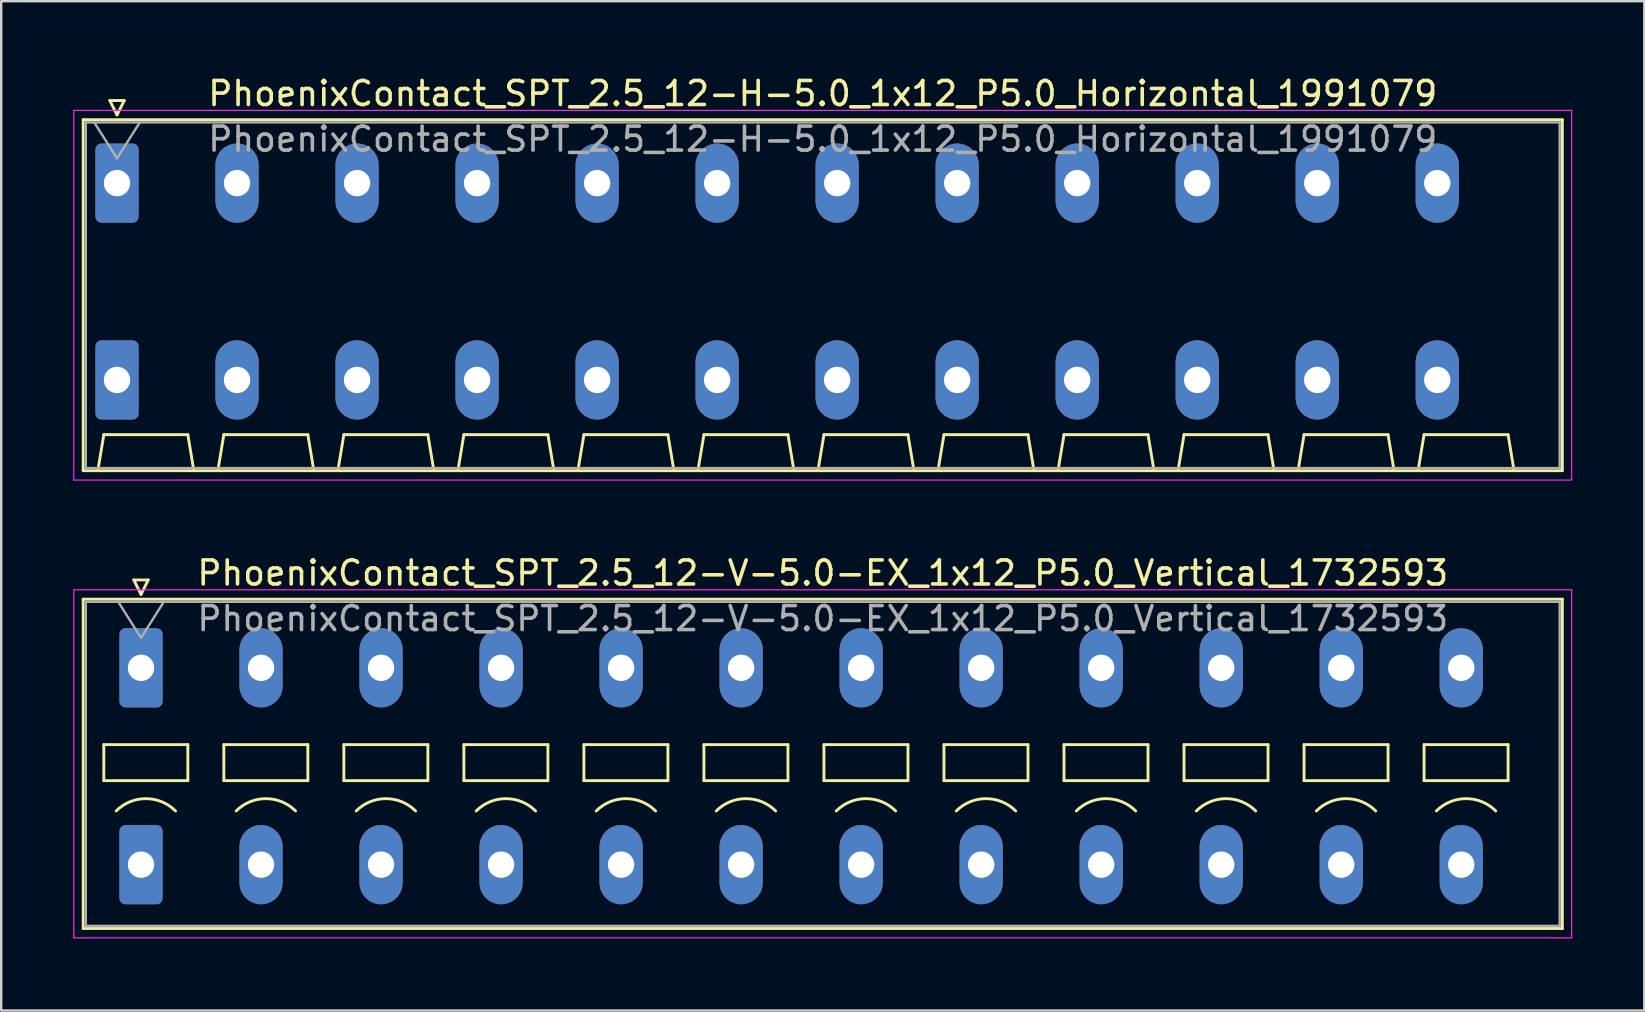
<source format=kicad_pcb>
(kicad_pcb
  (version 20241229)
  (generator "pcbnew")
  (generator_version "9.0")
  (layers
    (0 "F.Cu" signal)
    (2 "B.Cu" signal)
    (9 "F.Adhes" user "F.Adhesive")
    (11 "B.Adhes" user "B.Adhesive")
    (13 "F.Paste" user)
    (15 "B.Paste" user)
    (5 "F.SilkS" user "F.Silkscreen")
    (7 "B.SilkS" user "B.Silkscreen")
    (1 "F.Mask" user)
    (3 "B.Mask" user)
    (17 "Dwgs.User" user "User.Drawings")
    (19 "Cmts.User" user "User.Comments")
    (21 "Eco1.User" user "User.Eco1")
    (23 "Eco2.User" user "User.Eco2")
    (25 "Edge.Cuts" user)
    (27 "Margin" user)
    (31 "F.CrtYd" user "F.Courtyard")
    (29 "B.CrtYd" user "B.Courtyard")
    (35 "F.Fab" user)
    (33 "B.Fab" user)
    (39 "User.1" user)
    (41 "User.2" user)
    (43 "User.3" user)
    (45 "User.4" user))
  (footprint "PhoenixContact_SPT_2.5_12-H-5.0_1x12_P5.0_Horizontal_1991079"
    (layer "F.Cu")
    (at 1.825 4.578)
    (property "Reference" "PhoenixContact_SPT_2.5_12-H-5.0_1x12_P5.0_Horizontal_1991079" (at 29.4 -3.73 0) (layer "F.SilkS") (effects (font (size 1 1) (thickness 0.15))))
    (attr through_hole)
    (fp_line (start -1.41 -2.64) (end 60.21 -2.64) (stroke (width 0.12) (type solid)) (layer "F.SilkS"))
    (fp_line (start -1.41 11.98) (end -1.41 -2.64) (stroke (width 0.12) (type solid)) (layer "F.SilkS"))
    (fp_line (start -0.8 11.98) (end -0.55 10.48) (stroke (width 0.12) (type solid)) (layer "F.SilkS"))
    (fp_line (start -0.55 10.48) (end 2.95 10.48) (stroke (width 0.12) (type solid)) (layer "F.SilkS"))
    (fp_line (start -0.3 -3.44) (end 0 -2.84) (stroke (width 0.12) (type solid)) (layer "F.SilkS"))
    (fp_line (start -0.3 -3.44) (end 0.3 -3.44) (stroke (width 0.12) (type solid)) (layer "F.SilkS"))
    (fp_line (start 0.3 -3.44) (end 0 -2.84) (stroke (width 0.12) (type solid)) (layer "F.SilkS"))
    (fp_line (start 3.2 11.98) (end 2.95 10.48) (stroke (width 0.12) (type solid)) (layer "F.SilkS"))
    (fp_line (start 4.2 11.98) (end 4.45 10.48) (stroke (width 0.12) (type solid)) (layer "F.SilkS"))
    (fp_line (start 4.45 10.48) (end 7.95 10.48) (stroke (width 0.12) (type solid)) (layer "F.SilkS"))
    (fp_line (start 8.2 11.98) (end 7.95 10.48) (stroke (width 0.12) (type solid)) (layer "F.SilkS"))
    (fp_line (start 9.2 11.98) (end 9.45 10.48) (stroke (width 0.12) (type solid)) (layer "F.SilkS"))
    (fp_line (start 9.45 10.48) (end 12.95 10.48) (stroke (width 0.12) (type solid)) (layer "F.SilkS"))
    (fp_line (start 13.2 11.98) (end 12.95 10.48) (stroke (width 0.12) (type solid)) (layer "F.SilkS"))
    (fp_line (start 14.2 11.98) (end 14.45 10.48) (stroke (width 0.12) (type solid)) (layer "F.SilkS"))
    (fp_line (start 14.45 10.48) (end 17.95 10.48) (stroke (width 0.12) (type solid)) (layer "F.SilkS"))
    (fp_line (start 18.2 11.98) (end 17.95 10.48) (stroke (width 0.12) (type solid)) (layer "F.SilkS"))
    (fp_line (start 19.2 11.98) (end 19.45 10.48) (stroke (width 0.12) (type solid)) (layer "F.SilkS"))
    (fp_line (start 19.45 10.48) (end 22.95 10.48) (stroke (width 0.12) (type solid)) (layer "F.SilkS"))
    (fp_line (start 23.2 11.98) (end 22.95 10.48) (stroke (width 0.12) (type solid)) (layer "F.SilkS"))
    (fp_line (start 24.2 11.98) (end 24.45 10.48) (stroke (width 0.12) (type solid)) (layer "F.SilkS"))
    (fp_line (start 24.45 10.48) (end 27.95 10.48) (stroke (width 0.12) (type solid)) (layer "F.SilkS"))
    (fp_line (start 28.2 11.98) (end 27.95 10.48) (stroke (width 0.12) (type solid)) (layer "F.SilkS"))
    (fp_line (start 29.2 11.98) (end 29.45 10.48) (stroke (width 0.12) (type solid)) (layer "F.SilkS"))
    (fp_line (start 29.45 10.48) (end 32.95 10.48) (stroke (width 0.12) (type solid)) (layer "F.SilkS"))
    (fp_line (start 33.2 11.98) (end 32.95 10.48) (stroke (width 0.12) (type solid)) (layer "F.SilkS"))
    (fp_line (start 34.2 11.98) (end 34.45 10.48) (stroke (width 0.12) (type solid)) (layer "F.SilkS"))
    (fp_line (start 34.45 10.48) (end 37.95 10.48) (stroke (width 0.12) (type solid)) (layer "F.SilkS"))
    (fp_line (start 38.2 11.98) (end 37.95 10.48) (stroke (width 0.12) (type solid)) (layer "F.SilkS"))
    (fp_line (start 39.2 11.98) (end 39.45 10.48) (stroke (width 0.12) (type solid)) (layer "F.SilkS"))
    (fp_line (start 39.45 10.48) (end 42.95 10.48) (stroke (width 0.12) (type solid)) (layer "F.SilkS"))
    (fp_line (start 43.2 11.98) (end 42.95 10.48) (stroke (width 0.12) (type solid)) (layer "F.SilkS"))
    (fp_line (start 44.2 11.98) (end 44.45 10.48) (stroke (width 0.12) (type solid)) (layer "F.SilkS"))
    (fp_line (start 44.45 10.48) (end 47.95 10.48) (stroke (width 0.12) (type solid)) (layer "F.SilkS"))
    (fp_line (start 48.2 11.98) (end 47.95 10.48) (stroke (width 0.12) (type solid)) (layer "F.SilkS"))
    (fp_line (start 49.2 11.98) (end 49.45 10.48) (stroke (width 0.12) (type solid)) (layer "F.SilkS"))
    (fp_line (start 49.45 10.48) (end 52.95 10.48) (stroke (width 0.12) (type solid)) (layer "F.SilkS"))
    (fp_line (start 53.2 11.98) (end 52.95 10.48) (stroke (width 0.12) (type solid)) (layer "F.SilkS"))
    (fp_line (start 54.2 11.98) (end 54.45 10.48) (stroke (width 0.12) (type solid)) (layer "F.SilkS"))
    (fp_line (start 54.45 10.48) (end 57.95 10.48) (stroke (width 0.12) (type solid)) (layer "F.SilkS"))
    (fp_line (start 58.2 11.98) (end 57.95 10.48) (stroke (width 0.12) (type solid)) (layer "F.SilkS"))
    (fp_line (start 60.21 -2.64) (end 60.21 11.98) (stroke (width 0.12) (type solid)) (layer "F.SilkS"))
    (fp_line (start 60.21 11.98) (end -1.41 11.98) (stroke (width 0.12) (type solid)) (layer "F.SilkS"))
    (fp_line (start -1.8 -3.03) (end -1.8 12.37) (stroke (width 0.05) (type solid)) (layer "F.CrtYd"))
    (fp_line (start -1.8 12.37) (end 60.6 12.37) (stroke (width 0.05) (type solid)) (layer "F.CrtYd"))
    (fp_line (start 60.6 -3.03) (end -1.8 -3.03) (stroke (width 0.05) (type solid)) (layer "F.CrtYd"))
    (fp_line (start 60.6 12.37) (end 60.6 -3.03) (stroke (width 0.05) (type solid)) (layer "F.CrtYd"))
    (fp_line (start -1.3 -2.53) (end -1.3 11.87) (stroke (width 0.1) (type solid)) (layer "F.Fab"))
    (fp_line (start -1.3 11.87) (end 60.1 11.87) (stroke (width 0.1) (type solid)) (layer "F.Fab"))
    (fp_line (start -0.95 -2.53) (end 0 -1.03) (stroke (width 0.1) (type solid)) (layer "F.Fab"))
    (fp_line (start 0.95 -2.53) (end 0 -1.03) (stroke (width 0.1) (type solid)) (layer "F.Fab"))
    (fp_line (start 60.1 -2.53) (end -1.3 -2.53) (stroke (width 0.1) (type solid)) (layer "F.Fab"))
    (fp_line (start 60.1 11.87) (end 60.1 -2.53) (stroke (width 0.1) (type solid)) (layer "F.Fab"))
    (fp_text user "${REFERENCE}" (at 29.4 -1.83 0) (layer "F.Fab") (effects (font (size 1 1) (thickness 0.15))))
    (pad "1" thru_hole roundrect (at 0 0) (size 1.8 3.3) (drill 1.1) (layers "*.Cu" "*.Mask") (roundrect_rratio 0.139))
    (pad "1" thru_hole roundrect (at 0 8.2) (size 1.8 3.3) (drill 1.1) (layers "*.Cu" "*.Mask") (roundrect_rratio 0.139))
    (pad "2" thru_hole oval (at 5 0) (size 1.8 3.3) (drill 1.1) (layers "*.Cu" "*.Mask"))
    (pad "2" thru_hole oval (at 5 8.2) (size 1.8 3.3) (drill 1.1) (layers "*.Cu" "*.Mask"))
    (pad "3" thru_hole oval (at 10 0) (size 1.8 3.3) (drill 1.1) (layers "*.Cu" "*.Mask"))
    (pad "3" thru_hole oval (at 10 8.2) (size 1.8 3.3) (drill 1.1) (layers "*.Cu" "*.Mask"))
    (pad "4" thru_hole oval (at 15 0) (size 1.8 3.3) (drill 1.1) (layers "*.Cu" "*.Mask"))
    (pad "4" thru_hole oval (at 15 8.2) (size 1.8 3.3) (drill 1.1) (layers "*.Cu" "*.Mask"))
    (pad "5" thru_hole oval (at 20 0) (size 1.8 3.3) (drill 1.1) (layers "*.Cu" "*.Mask"))
    (pad "5" thru_hole oval (at 20 8.2) (size 1.8 3.3) (drill 1.1) (layers "*.Cu" "*.Mask"))
    (pad "6" thru_hole oval (at 25 0) (size 1.8 3.3) (drill 1.1) (layers "*.Cu" "*.Mask"))
    (pad "6" thru_hole oval (at 25 8.2) (size 1.8 3.3) (drill 1.1) (layers "*.Cu" "*.Mask"))
    (pad "7" thru_hole oval (at 30 0) (size 1.8 3.3) (drill 1.1) (layers "*.Cu" "*.Mask"))
    (pad "7" thru_hole oval (at 30 8.2) (size 1.8 3.3) (drill 1.1) (layers "*.Cu" "*.Mask"))
    (pad "8" thru_hole oval (at 35 0) (size 1.8 3.3) (drill 1.1) (layers "*.Cu" "*.Mask"))
    (pad "8" thru_hole oval (at 35 8.2) (size 1.8 3.3) (drill 1.1) (layers "*.Cu" "*.Mask"))
    (pad "9" thru_hole oval (at 40 0) (size 1.8 3.3) (drill 1.1) (layers "*.Cu" "*.Mask"))
    (pad "9" thru_hole oval (at 40 8.2) (size 1.8 3.3) (drill 1.1) (layers "*.Cu" "*.Mask"))
    (pad "10" thru_hole oval (at 45 0) (size 1.8 3.3) (drill 1.1) (layers "*.Cu" "*.Mask"))
    (pad "10" thru_hole oval (at 45 8.2) (size 1.8 3.3) (drill 1.1) (layers "*.Cu" "*.Mask"))
    (pad "11" thru_hole oval (at 50 0) (size 1.8 3.3) (drill 1.1) (layers "*.Cu" "*.Mask"))
    (pad "11" thru_hole oval (at 50 8.2) (size 1.8 3.3) (drill 1.1) (layers "*.Cu" "*.Mask"))
    (pad "12" thru_hole oval (at 55 0) (size 1.8 3.3) (drill 1.1) (layers "*.Cu" "*.Mask"))
    (pad "12" thru_hole oval (at 55 8.2) (size 1.8 3.3) (drill 1.1) (layers "*.Cu" "*.Mask")))
  (footprint "PhoenixContact_SPT_2.5_12-V-5.0-EX_1x12_P5.0_Vertical_1732593"
    (layer "F.Cu")
    (at 2.825 24.771)
    (property "Reference" "PhoenixContact_SPT_2.5_12-V-5.0-EX_1x12_P5.0_Vertical_1732593" (at 28.4 -3.95 0) (layer "F.SilkS") (effects (font (size 1 1) (thickness 0.15))))
    (attr through_hole)
    (fp_line (start -2.41 -2.86) (end 59.21 -2.86) (stroke (width 0.12) (type solid)) (layer "F.SilkS"))
    (fp_line (start -2.41 10.86) (end -2.41 -2.86) (stroke (width 0.12) (type solid)) (layer "F.SilkS"))
    (fp_line (start -1.55 3.2) (end -1.55 4.7) (stroke (width 0.12) (type solid)) (layer "F.SilkS"))
    (fp_line (start -1.55 4.7) (end 1.95 4.7) (stroke (width 0.12) (type solid)) (layer "F.SilkS"))
    (fp_line (start -0.3 -3.66) (end 0 -3.06) (stroke (width 0.12) (type solid)) (layer "F.SilkS"))
    (fp_line (start -0.3 -3.66) (end 0.3 -3.66) (stroke (width 0.12) (type solid)) (layer "F.SilkS"))
    (fp_line (start 0.3 -3.66) (end 0 -3.06) (stroke (width 0.12) (type solid)) (layer "F.SilkS"))
    (fp_line (start 1.95 3.2) (end -1.55 3.2) (stroke (width 0.12) (type solid)) (layer "F.SilkS"))
    (fp_line (start 1.95 4.7) (end 1.95 3.2) (stroke (width 0.12) (type solid)) (layer "F.SilkS"))
    (fp_line (start 3.45 3.2) (end 3.45 4.7) (stroke (width 0.12) (type solid)) (layer "F.SilkS"))
    (fp_line (start 3.45 4.7) (end 6.95 4.7) (stroke (width 0.12) (type solid)) (layer "F.SilkS"))
    (fp_line (start 6.95 3.2) (end 3.45 3.2) (stroke (width 0.12) (type solid)) (layer "F.SilkS"))
    (fp_line (start 6.95 4.7) (end 6.95 3.2) (stroke (width 0.12) (type solid)) (layer "F.SilkS"))
    (fp_line (start 8.45 3.2) (end 8.45 4.7) (stroke (width 0.12) (type solid)) (layer "F.SilkS"))
    (fp_line (start 8.45 4.7) (end 11.95 4.7) (stroke (width 0.12) (type solid)) (layer "F.SilkS"))
    (fp_line (start 11.95 3.2) (end 8.45 3.2) (stroke (width 0.12) (type solid)) (layer "F.SilkS"))
    (fp_line (start 11.95 4.7) (end 11.95 3.2) (stroke (width 0.12) (type solid)) (layer "F.SilkS"))
    (fp_line (start 13.45 3.2) (end 13.45 4.7) (stroke (width 0.12) (type solid)) (layer "F.SilkS"))
    (fp_line (start 13.45 4.7) (end 16.95 4.7) (stroke (width 0.12) (type solid)) (layer "F.SilkS"))
    (fp_line (start 16.95 3.2) (end 13.45 3.2) (stroke (width 0.12) (type solid)) (layer "F.SilkS"))
    (fp_line (start 16.95 4.7) (end 16.95 3.2) (stroke (width 0.12) (type solid)) (layer "F.SilkS"))
    (fp_line (start 18.45 3.2) (end 18.45 4.7) (stroke (width 0.12) (type solid)) (layer "F.SilkS"))
    (fp_line (start 18.45 4.7) (end 21.95 4.7) (stroke (width 0.12) (type solid)) (layer "F.SilkS"))
    (fp_line (start 21.95 3.2) (end 18.45 3.2) (stroke (width 0.12) (type solid)) (layer "F.SilkS"))
    (fp_line (start 21.95 4.7) (end 21.95 3.2) (stroke (width 0.12) (type solid)) (layer "F.SilkS"))
    (fp_line (start 23.45 3.2) (end 23.45 4.7) (stroke (width 0.12) (type solid)) (layer "F.SilkS"))
    (fp_line (start 23.45 4.7) (end 26.95 4.7) (stroke (width 0.12) (type solid)) (layer "F.SilkS"))
    (fp_line (start 26.95 3.2) (end 23.45 3.2) (stroke (width 0.12) (type solid)) (layer "F.SilkS"))
    (fp_line (start 26.95 4.7) (end 26.95 3.2) (stroke (width 0.12) (type solid)) (layer "F.SilkS"))
    (fp_line (start 28.45 3.2) (end 28.45 4.7) (stroke (width 0.12) (type solid)) (layer "F.SilkS"))
    (fp_line (start 28.45 4.7) (end 31.95 4.7) (stroke (width 0.12) (type solid)) (layer "F.SilkS"))
    (fp_line (start 31.95 3.2) (end 28.45 3.2) (stroke (width 0.12) (type solid)) (layer "F.SilkS"))
    (fp_line (start 31.95 4.7) (end 31.95 3.2) (stroke (width 0.12) (type solid)) (layer "F.SilkS"))
    (fp_line (start 33.45 3.2) (end 33.45 4.7) (stroke (width 0.12) (type solid)) (layer "F.SilkS"))
    (fp_line (start 33.45 4.7) (end 36.95 4.7) (stroke (width 0.12) (type solid)) (layer "F.SilkS"))
    (fp_line (start 36.95 3.2) (end 33.45 3.2) (stroke (width 0.12) (type solid)) (layer "F.SilkS"))
    (fp_line (start 36.95 4.7) (end 36.95 3.2) (stroke (width 0.12) (type solid)) (layer "F.SilkS"))
    (fp_line (start 38.45 3.2) (end 38.45 4.7) (stroke (width 0.12) (type solid)) (layer "F.SilkS"))
    (fp_line (start 38.45 4.7) (end 41.95 4.7) (stroke (width 0.12) (type solid)) (layer "F.SilkS"))
    (fp_line (start 41.95 3.2) (end 38.45 3.2) (stroke (width 0.12) (type solid)) (layer "F.SilkS"))
    (fp_line (start 41.95 4.7) (end 41.95 3.2) (stroke (width 0.12) (type solid)) (layer "F.SilkS"))
    (fp_line (start 43.45 3.2) (end 43.45 4.7) (stroke (width 0.12) (type solid)) (layer "F.SilkS"))
    (fp_line (start 43.45 4.7) (end 46.95 4.7) (stroke (width 0.12) (type solid)) (layer "F.SilkS"))
    (fp_line (start 46.95 3.2) (end 43.45 3.2) (stroke (width 0.12) (type solid)) (layer "F.SilkS"))
    (fp_line (start 46.95 4.7) (end 46.95 3.2) (stroke (width 0.12) (type solid)) (layer "F.SilkS"))
    (fp_line (start 48.45 3.2) (end 48.45 4.7) (stroke (width 0.12) (type solid)) (layer "F.SilkS"))
    (fp_line (start 48.45 4.7) (end 51.95 4.7) (stroke (width 0.12) (type solid)) (layer "F.SilkS"))
    (fp_line (start 51.95 3.2) (end 48.45 3.2) (stroke (width 0.12) (type solid)) (layer "F.SilkS"))
    (fp_line (start 51.95 4.7) (end 51.95 3.2) (stroke (width 0.12) (type solid)) (layer "F.SilkS"))
    (fp_line (start 53.45 3.2) (end 53.45 4.7) (stroke (width 0.12) (type solid)) (layer "F.SilkS"))
    (fp_line (start 53.45 4.7) (end 56.95 4.7) (stroke (width 0.12) (type solid)) (layer "F.SilkS"))
    (fp_line (start 56.95 3.2) (end 53.45 3.2) (stroke (width 0.12) (type solid)) (layer "F.SilkS"))
    (fp_line (start 56.95 4.7) (end 56.95 3.2) (stroke (width 0.12) (type solid)) (layer "F.SilkS"))
    (fp_line (start 59.21 -2.86) (end 59.21 10.86) (stroke (width 0.12) (type solid)) (layer "F.SilkS"))
    (fp_line (start 59.21 10.86) (end -2.41 10.86) (stroke (width 0.12) (type solid)) (layer "F.SilkS"))
    (fp_arc (start -1.037437 5.962563) (mid 0.2 5.45) (end 1.437437 5.962563) (stroke (width 0.12) (type solid)) (layer "F.SilkS"))
    (fp_arc (start 3.962563 5.962563) (mid 5.2 5.45) (end 6.437437 5.962563) (stroke (width 0.12) (type solid)) (layer "F.SilkS"))
    (fp_arc (start 8.962563 5.962563) (mid 10.2 5.45) (end 11.437437 5.962563) (stroke (width 0.12) (type solid)) (layer "F.SilkS"))
    (fp_arc (start 13.962563 5.962563) (mid 15.2 5.45) (end 16.437437 5.962563) (stroke (width 0.12) (type solid)) (layer "F.SilkS"))
    (fp_arc (start 18.962563 5.962563) (mid 20.2 5.45) (end 21.437437 5.962563) (stroke (width 0.12) (type solid)) (layer "F.SilkS"))
    (fp_arc (start 23.962563 5.962563) (mid 25.2 5.45) (end 26.437437 5.962563) (stroke (width 0.12) (type solid)) (layer "F.SilkS"))
    (fp_arc (start 28.962563 5.962563) (mid 30.2 5.45) (end 31.437437 5.962563) (stroke (width 0.12) (type solid)) (layer "F.SilkS"))
    (fp_arc (start 33.962563 5.962563) (mid 35.2 5.45) (end 36.437437 5.962563) (stroke (width 0.12) (type solid)) (layer "F.SilkS"))
    (fp_arc (start 38.962563 5.962563) (mid 40.2 5.45) (end 41.437437 5.962563) (stroke (width 0.12) (type solid)) (layer "F.SilkS"))
    (fp_arc (start 43.962563 5.962563) (mid 45.2 5.45) (end 46.437437 5.962563) (stroke (width 0.12) (type solid)) (layer "F.SilkS"))
    (fp_arc (start 48.962563 5.962563) (mid 50.2 5.45) (end 51.437437 5.962563) (stroke (width 0.12) (type solid)) (layer "F.SilkS"))
    (fp_arc (start 53.962563 5.962563) (mid 55.2 5.45) (end 56.437437 5.962563) (stroke (width 0.12) (type solid)) (layer "F.SilkS"))
    (fp_line (start -2.8 -3.25) (end -2.8 11.25) (stroke (width 0.05) (type solid)) (layer "F.CrtYd"))
    (fp_line (start -2.8 11.25) (end 59.6 11.25) (stroke (width 0.05) (type solid)) (layer "F.CrtYd"))
    (fp_line (start 59.6 -3.25) (end -2.8 -3.25) (stroke (width 0.05) (type solid)) (layer "F.CrtYd"))
    (fp_line (start 59.6 11.25) (end 59.6 -3.25) (stroke (width 0.05) (type solid)) (layer "F.CrtYd"))
    (fp_line (start -2.3 -2.75) (end -2.3 10.75) (stroke (width 0.1) (type solid)) (layer "F.Fab"))
    (fp_line (start -2.3 10.75) (end 59.1 10.75) (stroke (width 0.1) (type solid)) (layer "F.Fab"))
    (fp_line (start -0.95 -2.75) (end 0 -1.25) (stroke (width 0.1) (type solid)) (layer "F.Fab"))
    (fp_line (start 0.95 -2.75) (end 0 -1.25) (stroke (width 0.1) (type solid)) (layer "F.Fab"))
    (fp_line (start 59.1 -2.75) (end -2.3 -2.75) (stroke (width 0.1) (type solid)) (layer "F.Fab"))
    (fp_line (start 59.1 10.75) (end 59.1 -2.75) (stroke (width 0.1) (type solid)) (layer "F.Fab"))
    (fp_text user "${REFERENCE}" (at 28.4 -2.05 0) (layer "F.Fab") (effects (font (size 1 1) (thickness 0.15))))
    (pad "1" thru_hole roundrect (at 0 0) (size 1.8 3.3) (drill 1.1) (layers "*.Cu" "*.Mask") (roundrect_rratio 0.139))
    (pad "1" thru_hole roundrect (at 0 8.2) (size 1.8 3.3) (drill 1.1) (layers "*.Cu" "*.Mask") (roundrect_rratio 0.139))
    (pad "2" thru_hole oval (at 5 0) (size 1.8 3.3) (drill 1.1) (layers "*.Cu" "*.Mask"))
    (pad "2" thru_hole oval (at 5 8.2) (size 1.8 3.3) (drill 1.1) (layers "*.Cu" "*.Mask"))
    (pad "3" thru_hole oval (at 10 0) (size 1.8 3.3) (drill 1.1) (layers "*.Cu" "*.Mask"))
    (pad "3" thru_hole oval (at 10 8.2) (size 1.8 3.3) (drill 1.1) (layers "*.Cu" "*.Mask"))
    (pad "4" thru_hole oval (at 15 0) (size 1.8 3.3) (drill 1.1) (layers "*.Cu" "*.Mask"))
    (pad "4" thru_hole oval (at 15 8.2) (size 1.8 3.3) (drill 1.1) (layers "*.Cu" "*.Mask"))
    (pad "5" thru_hole oval (at 20 0) (size 1.8 3.3) (drill 1.1) (layers "*.Cu" "*.Mask"))
    (pad "5" thru_hole oval (at 20 8.2) (size 1.8 3.3) (drill 1.1) (layers "*.Cu" "*.Mask"))
    (pad "6" thru_hole oval (at 25 0) (size 1.8 3.3) (drill 1.1) (layers "*.Cu" "*.Mask"))
    (pad "6" thru_hole oval (at 25 8.2) (size 1.8 3.3) (drill 1.1) (layers "*.Cu" "*.Mask"))
    (pad "7" thru_hole oval (at 30 0) (size 1.8 3.3) (drill 1.1) (layers "*.Cu" "*.Mask"))
    (pad "7" thru_hole oval (at 30 8.2) (size 1.8 3.3) (drill 1.1) (layers "*.Cu" "*.Mask"))
    (pad "8" thru_hole oval (at 35 0) (size 1.8 3.3) (drill 1.1) (layers "*.Cu" "*.Mask"))
    (pad "8" thru_hole oval (at 35 8.2) (size 1.8 3.3) (drill 1.1) (layers "*.Cu" "*.Mask"))
    (pad "9" thru_hole oval (at 40 0) (size 1.8 3.3) (drill 1.1) (layers "*.Cu" "*.Mask"))
    (pad "9" thru_hole oval (at 40 8.2) (size 1.8 3.3) (drill 1.1) (layers "*.Cu" "*.Mask"))
    (pad "10" thru_hole oval (at 45 0) (size 1.8 3.3) (drill 1.1) (layers "*.Cu" "*.Mask"))
    (pad "10" thru_hole oval (at 45 8.2) (size 1.8 3.3) (drill 1.1) (layers "*.Cu" "*.Mask"))
    (pad "11" thru_hole oval (at 50 0) (size 1.8 3.3) (drill 1.1) (layers "*.Cu" "*.Mask"))
    (pad "11" thru_hole oval (at 50 8.2) (size 1.8 3.3) (drill 1.1) (layers "*.Cu" "*.Mask"))
    (pad "12" thru_hole oval (at 55 0) (size 1.8 3.3) (drill 1.1) (layers "*.Cu" "*.Mask"))
    (pad "12" thru_hole oval (at 55 8.2) (size 1.8 3.3) (drill 1.1) (layers "*.Cu" "*.Mask")))
  (gr_rect
    (start -3 -3)
    (end 65.45 39.047)
    (stroke (width 0.1) (type default))
    (fill no)
    (layer "Edge.Cuts")))
</source>
